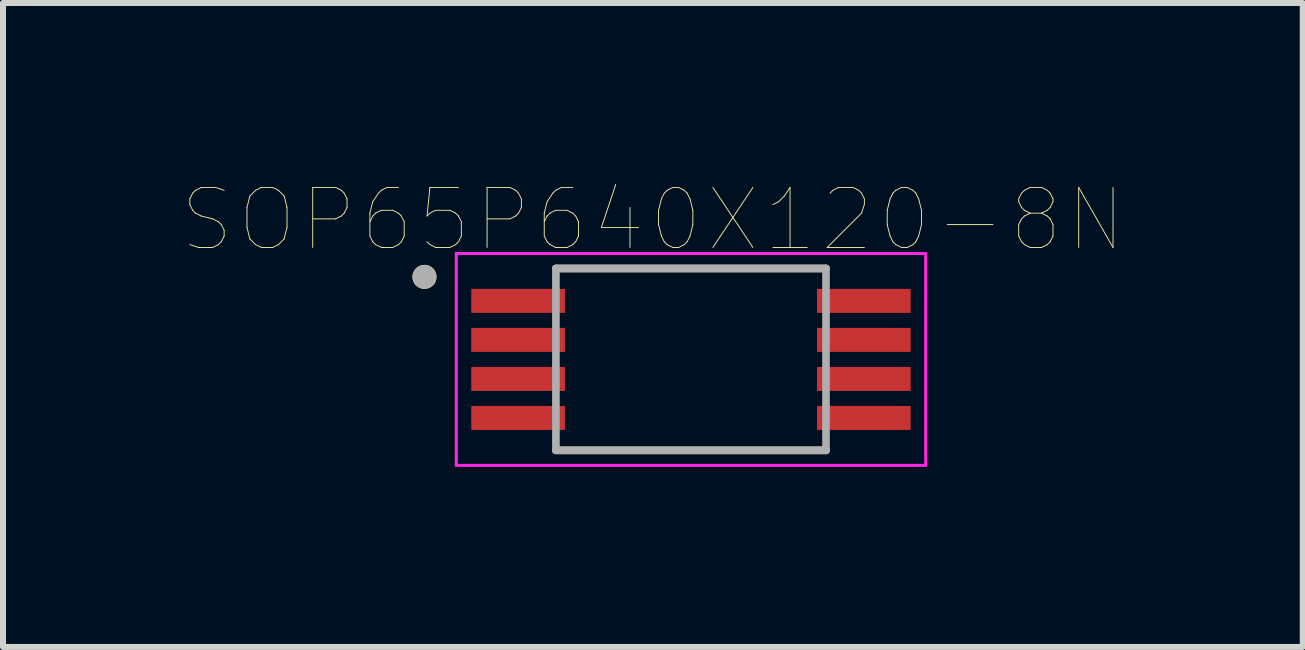
<source format=kicad_pcb>
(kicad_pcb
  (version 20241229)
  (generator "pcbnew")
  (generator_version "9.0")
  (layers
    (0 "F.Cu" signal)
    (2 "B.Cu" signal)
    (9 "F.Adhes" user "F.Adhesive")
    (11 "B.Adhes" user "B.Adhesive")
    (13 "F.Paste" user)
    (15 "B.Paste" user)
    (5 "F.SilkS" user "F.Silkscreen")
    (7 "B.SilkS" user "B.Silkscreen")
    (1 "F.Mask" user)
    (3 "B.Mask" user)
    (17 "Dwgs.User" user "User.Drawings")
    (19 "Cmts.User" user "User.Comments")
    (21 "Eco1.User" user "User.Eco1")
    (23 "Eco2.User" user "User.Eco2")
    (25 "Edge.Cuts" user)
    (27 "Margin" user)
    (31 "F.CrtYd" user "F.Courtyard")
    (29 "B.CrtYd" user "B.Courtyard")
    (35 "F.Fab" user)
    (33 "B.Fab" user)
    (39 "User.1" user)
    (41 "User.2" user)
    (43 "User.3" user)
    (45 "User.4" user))
  (footprint "SOP65P640X120-8N"
    (layer "F.Cu")
    (at 8.462 2.938)
    (property "Reference" "SOP65P640X120-8N" (at -0.635 -2.327 0) (layer "F.SilkS") (effects (font (size 1 1) (thickness 0.015))))
    (attr through_hole)
    (fp_line (start -2.25 -1.515) (end 2.25 -1.515) (stroke (width 0.127) (type solid)) (layer "F.SilkS"))
    (fp_line (start -2.25 1.515) (end 2.25 1.515) (stroke (width 0.127) (type solid)) (layer "F.SilkS"))
    (fp_circle (center -4.44 -1.375) (end -4.34 -1.375) (stroke (width 0.2) (type solid)) (fill no) (layer "F.SilkS"))
    (fp_line (start -3.91 -1.765) (end -3.91 1.765) (stroke (width 0.05) (type solid)) (layer "F.CrtYd"))
    (fp_line (start -3.91 -1.765) (end 3.91 -1.765) (stroke (width 0.05) (type solid)) (layer "F.CrtYd"))
    (fp_line (start -3.91 1.765) (end 3.91 1.765) (stroke (width 0.05) (type solid)) (layer "F.CrtYd"))
    (fp_line (start 3.91 -1.765) (end 3.91 1.765) (stroke (width 0.05) (type solid)) (layer "F.CrtYd"))
    (fp_line (start -2.25 -1.515) (end -2.25 1.515) (stroke (width 0.127) (type solid)) (layer "F.Fab"))
    (fp_line (start -2.25 -1.515) (end 2.25 -1.515) (stroke (width 0.127) (type solid)) (layer "F.Fab"))
    (fp_line (start -2.25 1.515) (end 2.25 1.515) (stroke (width 0.127) (type solid)) (layer "F.Fab"))
    (fp_line (start 2.25 -1.515) (end 2.25 1.515) (stroke (width 0.127) (type solid)) (layer "F.Fab"))
    (fp_circle (center -4.44 -1.375) (end -4.34 -1.375) (stroke (width 0.2) (type solid)) (fill no) (layer "F.Fab"))
    (pad "1" smd rect (at -2.88 -0.975) (size 1.56 0.4) (layers "F.Cu" "F.Mask" "F.Paste"))
    (pad "2" smd rect (at -2.88 -0.325) (size 1.56 0.4) (layers "F.Cu" "F.Mask" "F.Paste"))
    (pad "3" smd rect (at -2.88 0.325) (size 1.56 0.4) (layers "F.Cu" "F.Mask" "F.Paste"))
    (pad "4" smd rect (at -2.88 0.975) (size 1.56 0.4) (layers "F.Cu" "F.Mask" "F.Paste"))
    (pad "5" smd rect (at 2.88 0.975) (size 1.56 0.4) (layers "F.Cu" "F.Mask" "F.Paste"))
    (pad "6" smd rect (at 2.88 0.325) (size 1.56 0.4) (layers "F.Cu" "F.Mask" "F.Paste"))
    (pad "7" smd rect (at 2.88 -0.325) (size 1.56 0.4) (layers "F.Cu" "F.Mask" "F.Paste"))
    (pad "8" smd rect (at 2.88 -0.975) (size 1.56 0.4) (layers "F.Cu" "F.Mask" "F.Paste")))
  (gr_rect
    (start -3 -3)
    (end 18.655 7.728)
    (stroke (width 0.1) (type default))
    (fill no)
    (layer "Edge.Cuts")))
</source>
